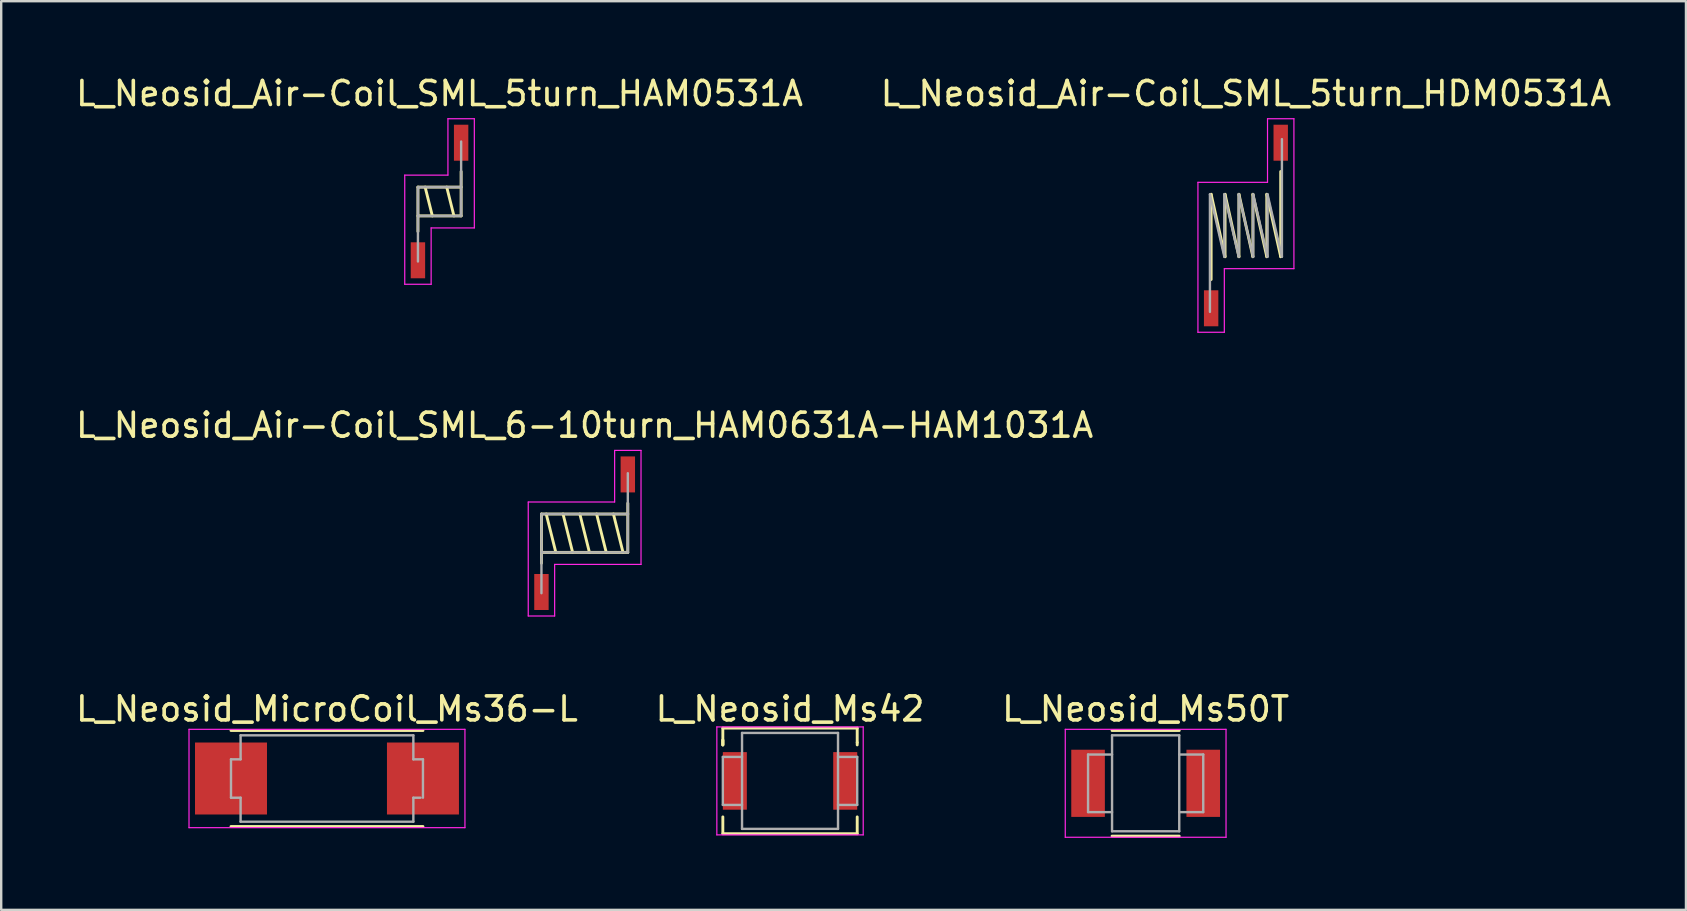
<source format=kicad_pcb>
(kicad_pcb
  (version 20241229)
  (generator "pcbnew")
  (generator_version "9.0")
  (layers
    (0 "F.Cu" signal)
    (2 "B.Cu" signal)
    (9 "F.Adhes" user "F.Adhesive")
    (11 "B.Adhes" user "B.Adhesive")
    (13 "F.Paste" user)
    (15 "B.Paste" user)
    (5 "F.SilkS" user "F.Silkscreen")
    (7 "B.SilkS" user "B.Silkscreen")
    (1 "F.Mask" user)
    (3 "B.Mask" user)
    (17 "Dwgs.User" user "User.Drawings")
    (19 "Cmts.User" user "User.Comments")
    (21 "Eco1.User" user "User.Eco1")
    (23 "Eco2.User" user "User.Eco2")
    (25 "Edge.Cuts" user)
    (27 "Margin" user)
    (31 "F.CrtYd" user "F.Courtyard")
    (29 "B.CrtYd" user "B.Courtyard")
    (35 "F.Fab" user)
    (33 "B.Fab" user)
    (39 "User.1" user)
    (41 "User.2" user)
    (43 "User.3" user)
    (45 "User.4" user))
  (footprint "L_Neosid_MicroCoil_Ms36-L"
    (layer "F.Cu")
    (at 10.577 29.395)
    (property "Reference" "L_Neosid_MicroCoil_Ms36-L" (at 0 -2.9 0) (layer "F.SilkS") (effects (font (size 1 1) (thickness 0.15))))
    (attr smd)
    (fp_line (start 4 -2) (end -4 -2) (stroke (width 0.12) (type solid)) (layer "F.SilkS"))
    (fp_line (start 4 2) (end -4 2) (stroke (width 0.12) (type solid)) (layer "F.SilkS"))
    (fp_line (start -5.75 -2.05) (end -5.75 2.05) (stroke (width 0.05) (type solid)) (layer "F.CrtYd"))
    (fp_line (start -5.75 -2.05) (end 5.75 -2.05) (stroke (width 0.05) (type solid)) (layer "F.CrtYd"))
    (fp_line (start 5.75 2.05) (end -5.75 2.05) (stroke (width 0.05) (type solid)) (layer "F.CrtYd"))
    (fp_line (start 5.75 2.05) (end 5.75 -2.05) (stroke (width 0.05) (type solid)) (layer "F.CrtYd"))
    (fp_line (start -4 -0.8) (end -3.6 -0.8) (stroke (width 0.1) (type solid)) (layer "F.Fab"))
    (fp_line (start -4 0.8) (end -4 -0.8) (stroke (width 0.1) (type solid)) (layer "F.Fab"))
    (fp_line (start -4 0.8) (end -3.6 0.8) (stroke (width 0.1) (type solid)) (layer "F.Fab"))
    (fp_line (start -3.6 -1.8) (end 3.6 -1.8) (stroke (width 0.1) (type solid)) (layer "F.Fab"))
    (fp_line (start -3.6 -0.8) (end -3.6 -1.8) (stroke (width 0.1) (type solid)) (layer "F.Fab"))
    (fp_line (start -3.6 1.8) (end -3.6 0.8) (stroke (width 0.1) (type solid)) (layer "F.Fab"))
    (fp_line (start 3.6 -0.8) (end 3.6 -1.8) (stroke (width 0.1) (type solid)) (layer "F.Fab"))
    (fp_line (start 3.6 0.8) (end 3.9 0.8) (stroke (width 0.1) (type solid)) (layer "F.Fab"))
    (fp_line (start 3.6 1.8) (end -3.6 1.8) (stroke (width 0.1) (type solid)) (layer "F.Fab"))
    (fp_line (start 3.6 1.8) (end 3.6 0.8) (stroke (width 0.1) (type solid)) (layer "F.Fab"))
    (fp_line (start 4 -0.8) (end 3.6 -0.8) (stroke (width 0.1) (type solid)) (layer "F.Fab"))
    (fp_line (start 4 -0.8) (end 4 0.8) (stroke (width 0.1) (type solid)) (layer "F.Fab"))
    (pad "1" smd rect (at -4 0) (size 3 3) (layers "F.Cu" "F.Mask" "F.Paste"))
    (pad "2" smd rect (at 4 0) (size 3 3) (layers "F.Cu" "F.Mask" "F.Paste")))
  (footprint "L_Neosid_Air-Coil_SML_6-10turn_HAM0631A-HAM1031A"
    (layer "F.Cu")
    (at 21.315 19.172)
    (property "Reference" "L_Neosid_Air-Coil_SML_6-10turn_HAM0631A-HAM1031A" (at 0 -4.5 0) (layer "F.SilkS") (effects (font (size 1 1) (thickness 0.15))))
    (attr smd)
    (fp_line (start -1.8 -0.8) (end -1.8 1.25) (stroke (width 0.12) (type solid)) (layer "F.SilkS"))
    (fp_line (start -1.8 -0.8) (end 1.8 -0.8) (stroke (width 0.12) (type solid)) (layer "F.SilkS"))
    (fp_line (start -1.6 -0.8) (end -1.2 0.8) (stroke (width 0.12) (type solid)) (layer "F.SilkS"))
    (fp_line (start -0.9 -0.8) (end -0.5 0.8) (stroke (width 0.12) (type solid)) (layer "F.SilkS"))
    (fp_line (start -0.2 -0.8) (end 0.2 0.8) (stroke (width 0.12) (type solid)) (layer "F.SilkS"))
    (fp_line (start 0.5 -0.8) (end 0.9 0.8) (stroke (width 0.12) (type solid)) (layer "F.SilkS"))
    (fp_line (start 1.2 -0.8) (end 1.6 0.8) (stroke (width 0.12) (type solid)) (layer "F.SilkS"))
    (fp_line (start 1.8 0.8) (end -1.8 0.8) (stroke (width 0.12) (type solid)) (layer "F.SilkS"))
    (fp_line (start 1.8 0.8) (end 1.8 -1.25) (stroke (width 0.12) (type solid)) (layer "F.SilkS"))
    (fp_line (start -2.35 -1.3) (end -2.35 3.45) (stroke (width 0.05) (type solid)) (layer "F.CrtYd"))
    (fp_line (start -2.35 3.45) (end -1.25 3.45) (stroke (width 0.05) (type solid)) (layer "F.CrtYd"))
    (fp_line (start -1.25 1.3) (end 2.35 1.3) (stroke (width 0.05) (type solid)) (layer "F.CrtYd"))
    (fp_line (start -1.25 3.45) (end -1.25 1.3) (stroke (width 0.05) (type solid)) (layer "F.CrtYd"))
    (fp_line (start 1.25 -3.45) (end 1.25 -1.3) (stroke (width 0.05) (type solid)) (layer "F.CrtYd"))
    (fp_line (start 1.25 -1.3) (end -2.35 -1.3) (stroke (width 0.05) (type solid)) (layer "F.CrtYd"))
    (fp_line (start 2.35 -3.45) (end 1.25 -3.45) (stroke (width 0.05) (type solid)) (layer "F.CrtYd"))
    (fp_line (start 2.35 1.3) (end 2.35 -3.45) (stroke (width 0.05) (type solid)) (layer "F.CrtYd"))
    (fp_line (start -1.8 -0.8) (end -1.8 2.5) (stroke (width 0.1) (type solid)) (layer "F.Fab"))
    (fp_line (start -1.8 -0.8) (end 1.8 -0.8) (stroke (width 0.1) (type solid)) (layer "F.Fab"))
    (fp_line (start 1.8 0.8) (end -1.8 0.8) (stroke (width 0.1) (type solid)) (layer "F.Fab"))
    (fp_line (start 1.8 0.8) (end 1.8 -2.5) (stroke (width 0.1) (type solid)) (layer "F.Fab"))
    (pad "1" smd rect (at -1.8 2.45) (size 0.6 1.5) (layers "F.Cu" "F.Mask" "F.Paste"))
    (pad "2" smd rect (at 1.8 -2.45) (size 0.6 1.5) (layers "F.Cu" "F.Mask" "F.Paste")))
  (footprint "L_Neosid_Air-Coil_SML_5turn_HDM0531A"
    (layer "F.Cu")
    (at 48.875 6.348)
    (property "Reference" "L_Neosid_Air-Coil_SML_5turn_HDM0531A" (at 0 -5.5 0) (layer "F.SilkS") (effects (font (size 1 1) (thickness 0.15))))
    (attr smd)
    (fp_line (start -1.45 -1.3) (end -1.45 2.25) (stroke (width 0.12) (type solid)) (layer "F.SilkS"))
    (fp_line (start -1.45 -1.3) (end -0.87 1.3) (stroke (width 0.12) (type solid)) (layer "F.SilkS"))
    (fp_line (start -0.87 -1.3) (end -0.87 1.3) (stroke (width 0.12) (type solid)) (layer "F.SilkS"))
    (fp_line (start -0.87 -1.3) (end -0.29 1.3) (stroke (width 0.12) (type solid)) (layer "F.SilkS"))
    (fp_line (start -0.29 -1.3) (end -0.29 1.3) (stroke (width 0.12) (type solid)) (layer "F.SilkS"))
    (fp_line (start -0.29 -1.3) (end 0.29 1.3) (stroke (width 0.12) (type solid)) (layer "F.SilkS"))
    (fp_line (start 0.29 -1.3) (end 0.29 1.3) (stroke (width 0.12) (type solid)) (layer "F.SilkS"))
    (fp_line (start 0.29 -1.3) (end 0.87 1.3) (stroke (width 0.12) (type solid)) (layer "F.SilkS"))
    (fp_line (start 0.87 -1.3) (end 0.87 1.3) (stroke (width 0.12) (type solid)) (layer "F.SilkS"))
    (fp_line (start 0.87 -1.3) (end 1.45 1.3) (stroke (width 0.12) (type solid)) (layer "F.SilkS"))
    (fp_line (start 1.45 1.3) (end 1.45 -2.25) (stroke (width 0.12) (type solid)) (layer "F.SilkS"))
    (fp_line (start -2 -1.8) (end -2 4.45) (stroke (width 0.05) (type solid)) (layer "F.CrtYd"))
    (fp_line (start -2 4.45) (end -0.9 4.45) (stroke (width 0.05) (type solid)) (layer "F.CrtYd"))
    (fp_line (start -0.9 1.8) (end 2 1.8) (stroke (width 0.05) (type solid)) (layer "F.CrtYd"))
    (fp_line (start -0.9 4.45) (end -0.9 1.8) (stroke (width 0.05) (type solid)) (layer "F.CrtYd"))
    (fp_line (start 0.9 -4.45) (end 0.9 -1.8) (stroke (width 0.05) (type solid)) (layer "F.CrtYd"))
    (fp_line (start 0.9 -1.8) (end -2 -1.8) (stroke (width 0.05) (type solid)) (layer "F.CrtYd"))
    (fp_line (start 2 -4.45) (end 0.9 -4.45) (stroke (width 0.05) (type solid)) (layer "F.CrtYd"))
    (fp_line (start 2 1.8) (end 2 -4.45) (stroke (width 0.05) (type solid)) (layer "F.CrtYd"))
    (fp_line (start -1.5 -1.3) (end -0.9 1.3) (stroke (width 0.1) (type solid)) (layer "F.Fab"))
    (fp_line (start -1.5 3.6) (end -1.5 -1.3) (stroke (width 0.1) (type solid)) (layer "F.Fab"))
    (fp_line (start -0.9 -1.3) (end -0.3 1.3) (stroke (width 0.1) (type solid)) (layer "F.Fab"))
    (fp_line (start -0.9 1.3) (end -0.9 -1.3) (stroke (width 0.1) (type solid)) (layer "F.Fab"))
    (fp_line (start -0.3 -1.3) (end 0.3 1.3) (stroke (width 0.1) (type solid)) (layer "F.Fab"))
    (fp_line (start -0.3 1.3) (end -0.3 -1.3) (stroke (width 0.1) (type solid)) (layer "F.Fab"))
    (fp_line (start 0.3 -1.3) (end 0.9 1.3) (stroke (width 0.1) (type solid)) (layer "F.Fab"))
    (fp_line (start 0.3 1.3) (end 0.3 -1.3) (stroke (width 0.1) (type solid)) (layer "F.Fab"))
    (fp_line (start 0.9 -1.3) (end 1.5 1.3) (stroke (width 0.1) (type solid)) (layer "F.Fab"))
    (fp_line (start 0.9 1.3) (end 0.9 -1.3) (stroke (width 0.1) (type solid)) (layer "F.Fab"))
    (fp_line (start 1.5 1.3) (end 1.5 -3.6) (stroke (width 0.1) (type solid)) (layer "F.Fab"))
    (pad "1" smd rect (at -1.45 3.45) (size 0.6 1.5) (layers "F.Cu" "F.Mask" "F.Paste"))
    (pad "2" smd rect (at 1.45 -3.45) (size 0.6 1.5) (layers "F.Cu" "F.Mask" "F.Paste")))
  (footprint "L_Neosid_Ms50T"
    (layer "F.Cu")
    (at 44.696 29.595)
    (property "Reference" "L_Neosid_Ms50T" (at 0 -3.1 0) (layer "F.SilkS") (effects (font (size 1 1) (thickness 0.15))))
    (attr smd)
    (fp_line (start -1.4 2.2) (end 1.4 2.2) (stroke (width 0.12) (type solid)) (layer "F.SilkS"))
    (fp_line (start 1.4 -2.2) (end -1.4 -2.2) (stroke (width 0.12) (type solid)) (layer "F.SilkS"))
    (fp_line (start -3.35 -2.25) (end -3.35 2.25) (stroke (width 0.05) (type solid)) (layer "F.CrtYd"))
    (fp_line (start -3.35 -2.25) (end 3.35 -2.25) (stroke (width 0.05) (type solid)) (layer "F.CrtYd"))
    (fp_line (start 3.35 2.25) (end -3.35 2.25) (stroke (width 0.05) (type solid)) (layer "F.CrtYd"))
    (fp_line (start 3.35 2.25) (end 3.35 -2.25) (stroke (width 0.05) (type solid)) (layer "F.CrtYd"))
    (fp_line (start -2.4 -1.2) (end -2.4 1.2) (stroke (width 0.1) (type solid)) (layer "F.Fab"))
    (fp_line (start -2.4 -1.2) (end -1.4 -1.2) (stroke (width 0.1) (type solid)) (layer "F.Fab"))
    (fp_line (start -2.4 1.2) (end -1.4 1.2) (stroke (width 0.1) (type solid)) (layer "F.Fab"))
    (fp_line (start -1.4 -2) (end -1.4 2) (stroke (width 0.1) (type solid)) (layer "F.Fab"))
    (fp_line (start -1.4 2) (end 1.4 2) (stroke (width 0.1) (type solid)) (layer "F.Fab"))
    (fp_line (start 1.4 -2) (end -1.4 -2) (stroke (width 0.1) (type solid)) (layer "F.Fab"))
    (fp_line (start 1.4 1.2) (end 2.4 1.2) (stroke (width 0.1) (type solid)) (layer "F.Fab"))
    (fp_line (start 1.4 2) (end 1.4 -2) (stroke (width 0.1) (type solid)) (layer "F.Fab"))
    (fp_line (start 2.4 -1.2) (end 1.4 -1.2) (stroke (width 0.1) (type solid)) (layer "F.Fab"))
    (fp_line (start 2.4 1.2) (end 2.4 -1.2) (stroke (width 0.1) (type solid)) (layer "F.Fab"))
    (pad "1" smd rect (at -2.4 0) (size 1.4 2.8) (layers "F.Cu" "F.Mask" "F.Paste"))
    (pad "2" smd rect (at 2.4 0) (size 1.4 2.8) (layers "F.Cu" "F.Mask" "F.Paste")))
  (footprint "L_Neosid_Ms42"
    (layer "F.Cu")
    (at 29.875 29.495)
    (property "Reference" "L_Neosid_Ms42" (at 0 -3 0) (layer "F.SilkS") (effects (font (size 1 1) (thickness 0.15))))
    (attr smd)
    (fp_line (start -2.8 -2.2) (end -2.8 -1.5) (stroke (width 0.12) (type solid)) (layer "F.SilkS"))
    (fp_line (start -2.8 -1.7) (end -2.8 -1.5) (stroke (width 0.12) (type solid)) (layer "F.SilkS"))
    (fp_line (start -2.8 -1.5) (end -2.8 -1.7) (stroke (width 0.12) (type solid)) (layer "F.SilkS"))
    (fp_line (start -2.8 2.2) (end -2.8 1.5) (stroke (width 0.12) (type solid)) (layer "F.SilkS"))
    (fp_line (start 2.8 -2.2) (end -2.8 -2.2) (stroke (width 0.12) (type solid)) (layer "F.SilkS"))
    (fp_line (start 2.8 -2.2) (end 2.8 -1.6) (stroke (width 0.12) (type solid)) (layer "F.SilkS"))
    (fp_line (start 2.8 -1.6) (end 2.8 -1.5) (stroke (width 0.12) (type solid)) (layer "F.SilkS"))
    (fp_line (start 2.8 1.5) (end 2.8 2.2) (stroke (width 0.12) (type solid)) (layer "F.SilkS"))
    (fp_line (start 2.8 2.2) (end -2.8 2.2) (stroke (width 0.12) (type solid)) (layer "F.SilkS"))
    (fp_line (start -3.05 -2.25) (end -3.05 2.25) (stroke (width 0.05) (type solid)) (layer "F.CrtYd"))
    (fp_line (start -3.05 -2.25) (end 3.05 -2.25) (stroke (width 0.05) (type solid)) (layer "F.CrtYd"))
    (fp_line (start 3.05 2.25) (end -3.05 2.25) (stroke (width 0.05) (type solid)) (layer "F.CrtYd"))
    (fp_line (start 3.05 2.25) (end 3.05 -2.25) (stroke (width 0.05) (type solid)) (layer "F.CrtYd"))
    (fp_line (start -2.8 -1) (end -2 -1) (stroke (width 0.1) (type solid)) (layer "F.Fab"))
    (fp_line (start -2.8 1) (end -2.8 -1) (stroke (width 0.1) (type solid)) (layer "F.Fab"))
    (fp_line (start -2 -2) (end 2 -2) (stroke (width 0.1) (type solid)) (layer "F.Fab"))
    (fp_line (start -2 1) (end -2.8 1) (stroke (width 0.1) (type solid)) (layer "F.Fab"))
    (fp_line (start -2 2) (end -2 -2) (stroke (width 0.1) (type solid)) (layer "F.Fab"))
    (fp_line (start 2 -2) (end 2 2) (stroke (width 0.1) (type solid)) (layer "F.Fab"))
    (fp_line (start 2 -1) (end 2.8 -1) (stroke (width 0.1) (type solid)) (layer "F.Fab"))
    (fp_line (start 2 2) (end -2 2) (stroke (width 0.1) (type solid)) (layer "F.Fab"))
    (fp_line (start 2.8 -1) (end 2.8 1) (stroke (width 0.1) (type solid)) (layer "F.Fab"))
    (fp_line (start 2.8 1) (end 2 1) (stroke (width 0.1) (type solid)) (layer "F.Fab"))
    (pad "1" smd rect (at -2.3 0) (size 1 2.4) (layers "F.Cu" "F.Mask" "F.Paste"))
    (pad "2" smd rect (at 2.3 0) (size 1 2.4) (layers "F.Cu" "F.Mask" "F.Paste")))
  (footprint "L_Neosid_Air-Coil_SML_5turn_HAM0531A"
    (layer "F.Cu")
    (at 15.268 5.348)
    (property "Reference" "L_Neosid_Air-Coil_SML_5turn_HAM0531A" (at 0 -4.5 0) (layer "F.SilkS") (effects (font (size 1 1) (thickness 0.15))))
    (attr smd)
    (fp_line (start -0.9 -0.6) (end 0.9 -0.6) (stroke (width 0.12) (type solid)) (layer "F.SilkS"))
    (fp_line (start -0.9 1.25) (end -0.9 -0.6) (stroke (width 0.12) (type solid)) (layer "F.SilkS"))
    (fp_line (start -0.6 -0.6) (end -0.3 0.6) (stroke (width 0.12) (type solid)) (layer "F.SilkS"))
    (fp_line (start 0.3 -0.6) (end 0.6 0.6) (stroke (width 0.12) (type solid)) (layer "F.SilkS"))
    (fp_line (start 0.9 0.6) (end -0.9 0.6) (stroke (width 0.12) (type solid)) (layer "F.SilkS"))
    (fp_line (start 0.9 0.6) (end 0.9 -1.25) (stroke (width 0.12) (type solid)) (layer "F.SilkS"))
    (fp_line (start -1.45 -1.1) (end -1.45 3.45) (stroke (width 0.05) (type solid)) (layer "F.CrtYd"))
    (fp_line (start -1.45 3.45) (end -0.35 3.45) (stroke (width 0.05) (type solid)) (layer "F.CrtYd"))
    (fp_line (start -0.35 1.1) (end 1.45 1.1) (stroke (width 0.05) (type solid)) (layer "F.CrtYd"))
    (fp_line (start -0.35 3.45) (end -0.35 1.1) (stroke (width 0.05) (type solid)) (layer "F.CrtYd"))
    (fp_line (start 0.35 -3.45) (end 0.35 -1.1) (stroke (width 0.05) (type solid)) (layer "F.CrtYd"))
    (fp_line (start 0.35 -1.1) (end -1.45 -1.1) (stroke (width 0.05) (type solid)) (layer "F.CrtYd"))
    (fp_line (start 1.45 -3.45) (end 0.35 -3.45) (stroke (width 0.05) (type solid)) (layer "F.CrtYd"))
    (fp_line (start 1.45 1.1) (end 1.45 -3.45) (stroke (width 0.05) (type solid)) (layer "F.CrtYd"))
    (fp_line (start -0.9 -0.6) (end 0.9 -0.6) (stroke (width 0.1) (type solid)) (layer "F.Fab"))
    (fp_line (start -0.9 2.5) (end -0.9 -0.6) (stroke (width 0.1) (type solid)) (layer "F.Fab"))
    (fp_line (start 0.9 -2.5) (end 0.9 0.6) (stroke (width 0.1) (type solid)) (layer "F.Fab"))
    (fp_line (start 0.9 0.6) (end -0.9 0.6) (stroke (width 0.1) (type solid)) (layer "F.Fab"))
    (pad "1" smd rect (at -0.9 2.45) (size 0.6 1.5) (layers "F.Cu" "F.Mask" "F.Paste"))
    (pad "2" smd rect (at 0.9 -2.45) (size 0.6 1.5) (layers "F.Cu" "F.Mask" "F.Paste")))
  (gr_rect
    (start -3 -3)
    (end 67.214 34.87)
    (stroke (width 0.1) (type default))
    (fill no)
    (layer "Edge.Cuts")))
</source>
